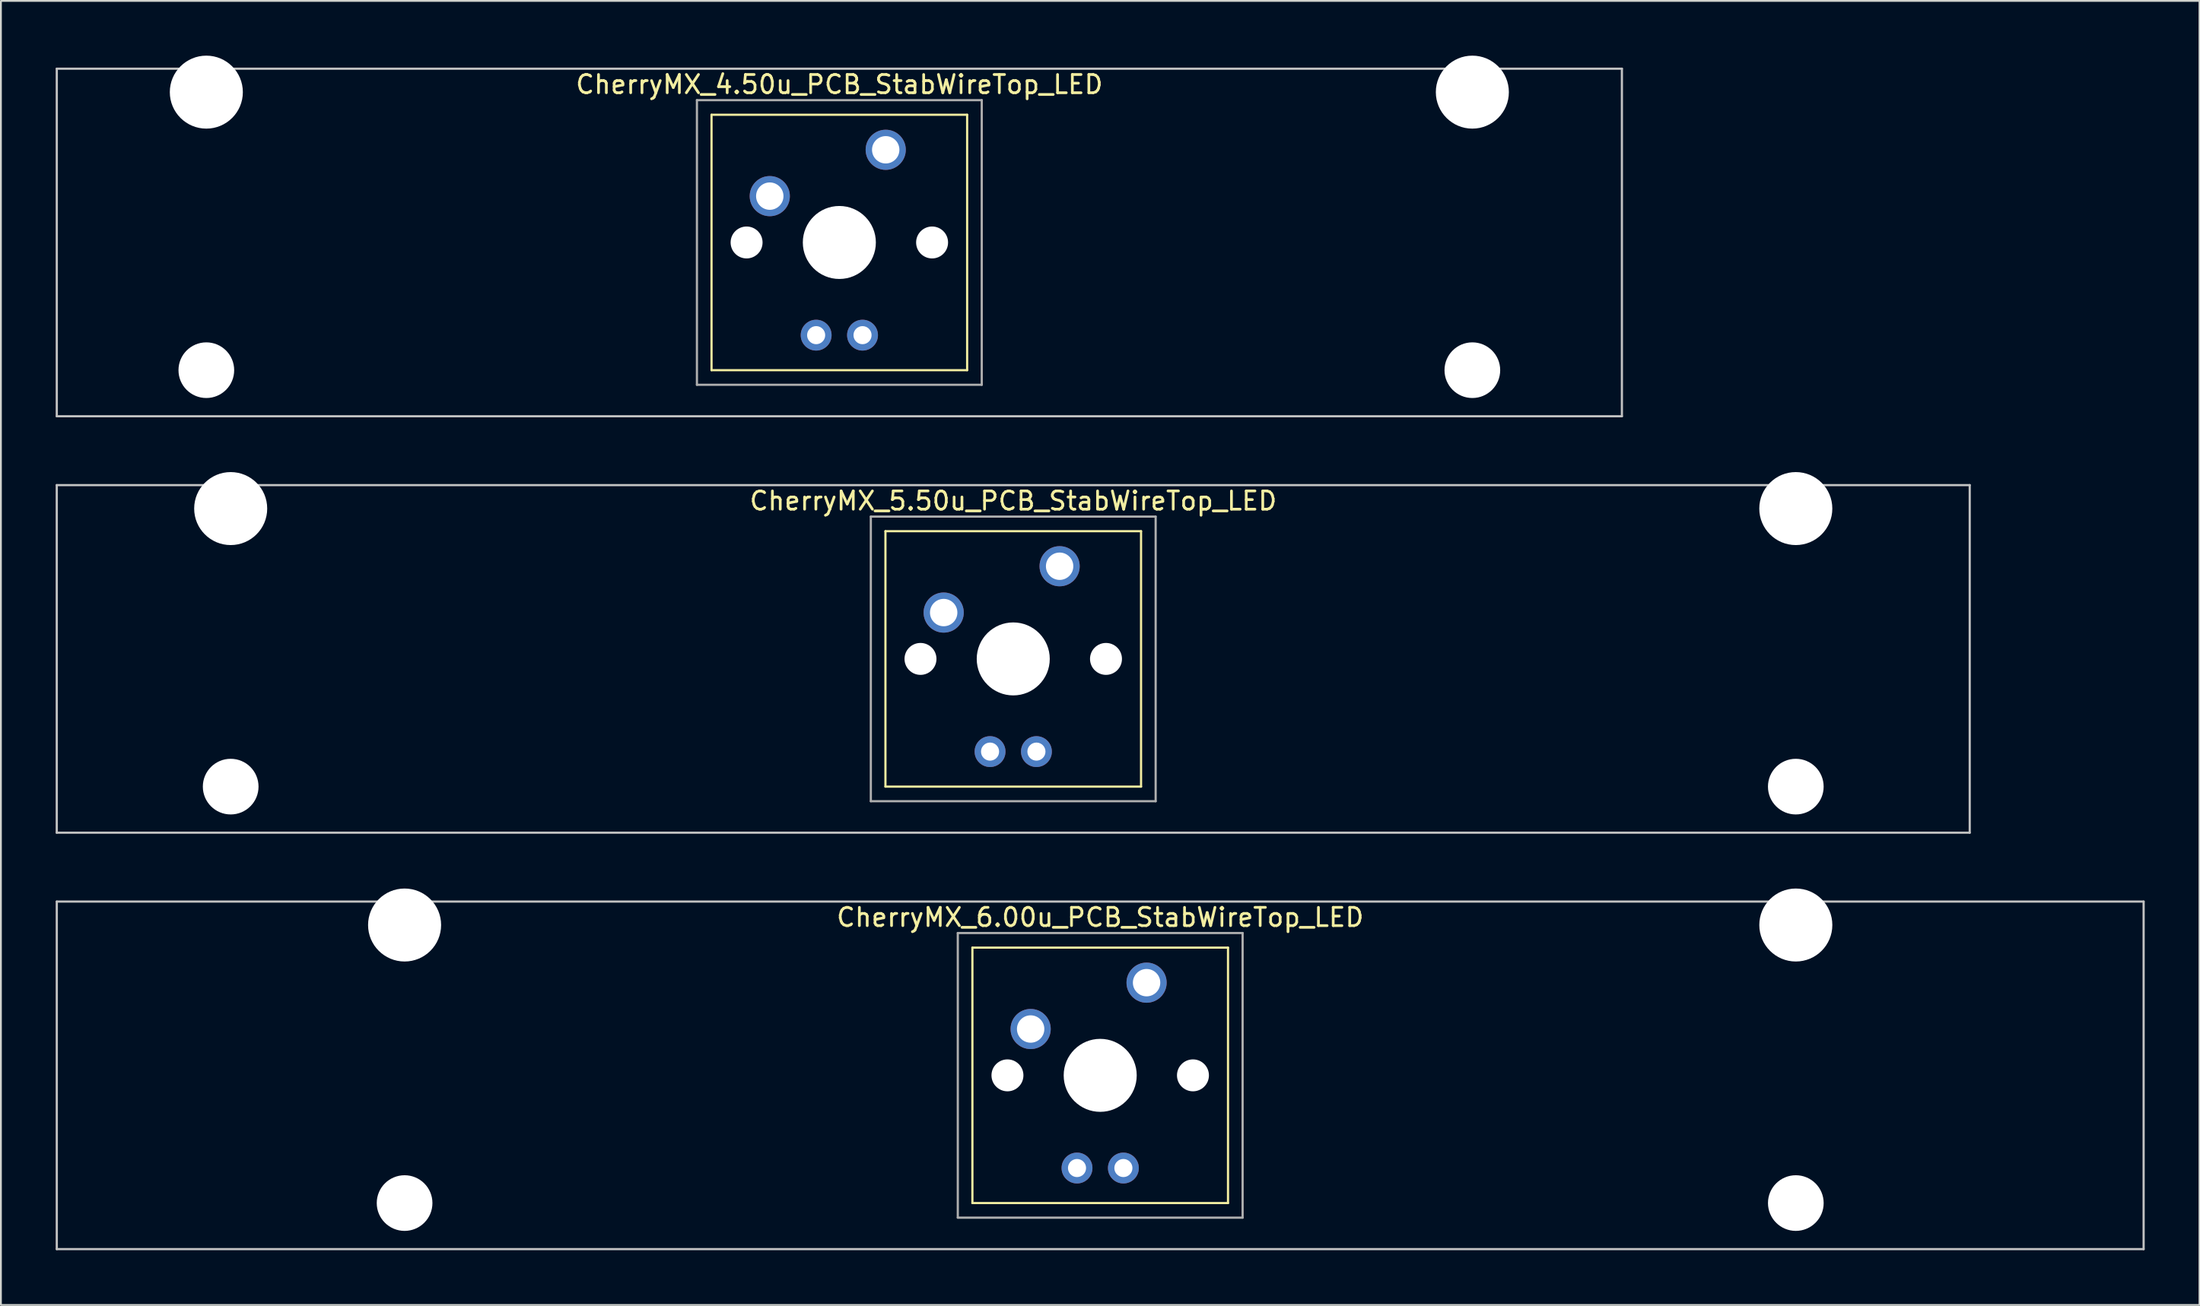
<source format=kicad_pcb>
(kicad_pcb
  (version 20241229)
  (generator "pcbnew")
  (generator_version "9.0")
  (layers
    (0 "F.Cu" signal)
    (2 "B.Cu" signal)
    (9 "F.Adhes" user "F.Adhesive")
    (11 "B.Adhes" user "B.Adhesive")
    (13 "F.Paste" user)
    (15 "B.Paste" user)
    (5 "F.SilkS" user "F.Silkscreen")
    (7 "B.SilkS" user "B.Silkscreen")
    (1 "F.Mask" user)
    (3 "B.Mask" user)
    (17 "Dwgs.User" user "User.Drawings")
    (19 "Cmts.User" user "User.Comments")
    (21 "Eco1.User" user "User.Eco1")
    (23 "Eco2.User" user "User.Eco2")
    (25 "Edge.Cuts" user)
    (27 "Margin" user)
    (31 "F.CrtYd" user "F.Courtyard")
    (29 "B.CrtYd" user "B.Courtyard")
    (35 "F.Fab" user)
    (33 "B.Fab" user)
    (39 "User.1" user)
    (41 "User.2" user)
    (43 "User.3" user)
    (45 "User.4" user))
  (footprint "CherryMX_5.50u_PCB_StabWireTop_LED"
    (layer "F.Cu")
    (at 52.447 33.065)
    (property "Reference" "CherryMX_5.50u_PCB_StabWireTop_LED" (at 0 -8.662 0) (layer "F.SilkS") (effects (font (size 1 1) (thickness 0.15))))
    (attr through_hole)
    (fp_line (start -7 -7) (end -7 7) (stroke (width 0.12) (type solid)) (layer "F.SilkS"))
    (fp_line (start -7 -7) (end 7 -7) (stroke (width 0.12) (type solid)) (layer "F.SilkS"))
    (fp_line (start 7 -7) (end 7 7) (stroke (width 0.12) (type solid)) (layer "F.SilkS"))
    (fp_line (start 7 7) (end -7 7) (stroke (width 0.12) (type solid)) (layer "F.SilkS"))
    (fp_line (start -52.388 -9.525) (end 52.388 -9.525) (stroke (width 0.12) (type solid)) (layer "Dwgs.User"))
    (fp_line (start -52.388 9.525) (end -52.388 -9.525) (stroke (width 0.12) (type solid)) (layer "Dwgs.User"))
    (fp_line (start 52.388 -9.525) (end 52.388 9.525) (stroke (width 0.12) (type solid)) (layer "Dwgs.User"))
    (fp_line (start 52.388 9.525) (end -52.388 9.525) (stroke (width 0.12) (type solid)) (layer "Dwgs.User"))
    (fp_line (start -7.8 -7.8) (end -7.8 7.8) (stroke (width 0.12) (type solid)) (layer "F.Fab"))
    (fp_line (start -7.8 -7.8) (end 7.8 -7.8) (stroke (width 0.12) (type solid)) (layer "F.Fab"))
    (fp_line (start -7.8 7.8) (end 7.8 7.8) (stroke (width 0.12) (type solid)) (layer "F.Fab"))
    (fp_line (start 7.8 -7.8) (end 7.8 7.8) (stroke (width 0.12) (type solid)) (layer "F.Fab"))
    (pad "" np_thru_hole circle (at -42.862 -8.24) (size 4 4) (drill 4) (layers "*.Cu" "*.Mask"))
    (pad "" np_thru_hole circle (at -42.862 7) (size 3.05 3.05) (drill 3.05) (layers "*.Cu" "*.Mask"))
    (pad "" np_thru_hole circle (at -5.08 0) (size 1.75 1.75) (drill 1.75) (layers "*.Cu" "*.Mask"))
    (pad "" np_thru_hole circle (at 0 0) (size 4 4) (drill 4) (layers "*.Cu" "*.Mask"))
    (pad "" np_thru_hole circle (at 5.08 0) (size 1.75 1.75) (drill 1.75) (layers "*.Cu" "*.Mask"))
    (pad "" np_thru_hole circle (at 42.862 -8.24) (size 4 4) (drill 4) (layers "*.Cu" "*.Mask"))
    (pad "" np_thru_hole circle (at 42.862 7) (size 3.05 3.05) (drill 3.05) (layers "*.Cu" "*.Mask"))
    (pad "1" thru_hole circle (at -3.81 -2.54) (size 2.2 2.2) (drill 1.5) (layers "*.Cu" "*.Mask"))
    (pad "2" thru_hole circle (at 2.54 -5.08) (size 2.2 2.2) (drill 1.5) (layers "*.Cu" "*.Mask"))
    (pad "3" thru_hole circle (at -1.27 5.08) (size 1.691 1.691) (drill 0.991) (layers "*.Cu" "*.Mask"))
    (pad "4" thru_hole circle (at 1.27 5.08) (size 1.691 1.691) (drill 0.991) (layers "*.Cu" "*.Mask")))
  (footprint "CherryMX_6.00u_PCB_StabWireTop_LED"
    (layer "F.Cu")
    (at 57.21 55.89)
    (property "Reference" "CherryMX_6.00u_PCB_StabWireTop_LED" (at 0 -8.662 0) (layer "F.SilkS") (effects (font (size 1 1) (thickness 0.15))))
    (attr through_hole)
    (fp_line (start -7 -7) (end -7 7) (stroke (width 0.12) (type solid)) (layer "F.SilkS"))
    (fp_line (start -7 -7) (end 7 -7) (stroke (width 0.12) (type solid)) (layer "F.SilkS"))
    (fp_line (start 7 -7) (end 7 7) (stroke (width 0.12) (type solid)) (layer "F.SilkS"))
    (fp_line (start 7 7) (end -7 7) (stroke (width 0.12) (type solid)) (layer "F.SilkS"))
    (fp_line (start -57.15 -9.525) (end 57.15 -9.525) (stroke (width 0.12) (type solid)) (layer "Dwgs.User"))
    (fp_line (start -57.15 9.525) (end -57.15 -9.525) (stroke (width 0.12) (type solid)) (layer "Dwgs.User"))
    (fp_line (start 57.15 -9.525) (end 57.15 9.525) (stroke (width 0.12) (type solid)) (layer "Dwgs.User"))
    (fp_line (start 57.15 9.525) (end -57.15 9.525) (stroke (width 0.12) (type solid)) (layer "Dwgs.User"))
    (fp_line (start -7.8 -7.8) (end -7.8 7.8) (stroke (width 0.12) (type solid)) (layer "F.Fab"))
    (fp_line (start -7.8 -7.8) (end 7.8 -7.8) (stroke (width 0.12) (type solid)) (layer "F.Fab"))
    (fp_line (start -7.8 7.8) (end 7.8 7.8) (stroke (width 0.12) (type solid)) (layer "F.Fab"))
    (fp_line (start 7.8 -7.8) (end 7.8 7.8) (stroke (width 0.12) (type solid)) (layer "F.Fab"))
    (pad "" np_thru_hole circle (at -38.1 -8.24) (size 4 4) (drill 4) (layers "*.Cu" "*.Mask"))
    (pad "" np_thru_hole circle (at -38.1 7) (size 3.05 3.05) (drill 3.05) (layers "*.Cu" "*.Mask"))
    (pad "" np_thru_hole circle (at -5.08 0) (size 1.75 1.75) (drill 1.75) (layers "*.Cu" "*.Mask"))
    (pad "" np_thru_hole circle (at 0 0) (size 4 4) (drill 4) (layers "*.Cu" "*.Mask"))
    (pad "" np_thru_hole circle (at 5.08 0) (size 1.75 1.75) (drill 1.75) (layers "*.Cu" "*.Mask"))
    (pad "" np_thru_hole circle (at 38.1 -8.24) (size 4 4) (drill 4) (layers "*.Cu" "*.Mask"))
    (pad "" np_thru_hole circle (at 38.1 7) (size 3.05 3.05) (drill 3.05) (layers "*.Cu" "*.Mask"))
    (pad "1" thru_hole circle (at -3.81 -2.54) (size 2.2 2.2) (drill 1.5) (layers "*.Cu" "*.Mask"))
    (pad "2" thru_hole circle (at 2.54 -5.08) (size 2.2 2.2) (drill 1.5) (layers "*.Cu" "*.Mask"))
    (pad "3" thru_hole circle (at -1.27 5.08) (size 1.691 1.691) (drill 0.991) (layers "*.Cu" "*.Mask"))
    (pad "4" thru_hole circle (at 1.27 5.08) (size 1.691 1.691) (drill 0.991) (layers "*.Cu" "*.Mask")))
  (footprint "CherryMX_4.50u_PCB_StabWireTop_LED"
    (layer "F.Cu")
    (at 42.922 10.24)
    (property "Reference" "CherryMX_4.50u_PCB_StabWireTop_LED" (at 0 -8.662 0) (layer "F.SilkS") (effects (font (size 1 1) (thickness 0.15))))
    (attr through_hole)
    (fp_line (start -7 -7) (end -7 7) (stroke (width 0.12) (type solid)) (layer "F.SilkS"))
    (fp_line (start -7 -7) (end 7 -7) (stroke (width 0.12) (type solid)) (layer "F.SilkS"))
    (fp_line (start 7 -7) (end 7 7) (stroke (width 0.12) (type solid)) (layer "F.SilkS"))
    (fp_line (start 7 7) (end -7 7) (stroke (width 0.12) (type solid)) (layer "F.SilkS"))
    (fp_line (start -42.862 -9.525) (end 42.862 -9.525) (stroke (width 0.12) (type solid)) (layer "Dwgs.User"))
    (fp_line (start -42.862 9.525) (end -42.862 -9.525) (stroke (width 0.12) (type solid)) (layer "Dwgs.User"))
    (fp_line (start 42.862 -9.525) (end 42.862 9.525) (stroke (width 0.12) (type solid)) (layer "Dwgs.User"))
    (fp_line (start 42.862 9.525) (end -42.862 9.525) (stroke (width 0.12) (type solid)) (layer "Dwgs.User"))
    (fp_line (start -7.8 -7.8) (end -7.8 7.8) (stroke (width 0.12) (type solid)) (layer "F.Fab"))
    (fp_line (start -7.8 -7.8) (end 7.8 -7.8) (stroke (width 0.12) (type solid)) (layer "F.Fab"))
    (fp_line (start -7.8 7.8) (end 7.8 7.8) (stroke (width 0.12) (type solid)) (layer "F.Fab"))
    (fp_line (start 7.8 -7.8) (end 7.8 7.8) (stroke (width 0.12) (type solid)) (layer "F.Fab"))
    (pad "" np_thru_hole circle (at -34.671 -8.24) (size 4 4) (drill 4) (layers "*.Cu" "*.Mask"))
    (pad "" np_thru_hole circle (at -34.671 7) (size 3.05 3.05) (drill 3.05) (layers "*.Cu" "*.Mask"))
    (pad "" np_thru_hole circle (at -5.08 0) (size 1.75 1.75) (drill 1.75) (layers "*.Cu" "*.Mask"))
    (pad "" np_thru_hole circle (at 0 0) (size 4 4) (drill 4) (layers "*.Cu" "*.Mask"))
    (pad "" np_thru_hole circle (at 5.08 0) (size 1.75 1.75) (drill 1.75) (layers "*.Cu" "*.Mask"))
    (pad "" np_thru_hole circle (at 34.671 -8.24) (size 4 4) (drill 4) (layers "*.Cu" "*.Mask"))
    (pad "" np_thru_hole circle (at 34.671 7) (size 3.05 3.05) (drill 3.05) (layers "*.Cu" "*.Mask"))
    (pad "1" thru_hole circle (at -3.81 -2.54) (size 2.2 2.2) (drill 1.5) (layers "*.Cu" "*.Mask"))
    (pad "2" thru_hole circle (at 2.54 -5.08) (size 2.2 2.2) (drill 1.5) (layers "*.Cu" "*.Mask"))
    (pad "3" thru_hole circle (at -1.27 5.08) (size 1.691 1.691) (drill 0.991) (layers "*.Cu" "*.Mask"))
    (pad "4" thru_hole circle (at 1.27 5.08) (size 1.691 1.691) (drill 0.991) (layers "*.Cu" "*.Mask")))
  (gr_rect
    (start -3 -3)
    (end 117.42 68.475)
    (stroke (width 0.1) (type default))
    (fill no)
    (layer "Edge.Cuts")))
</source>
